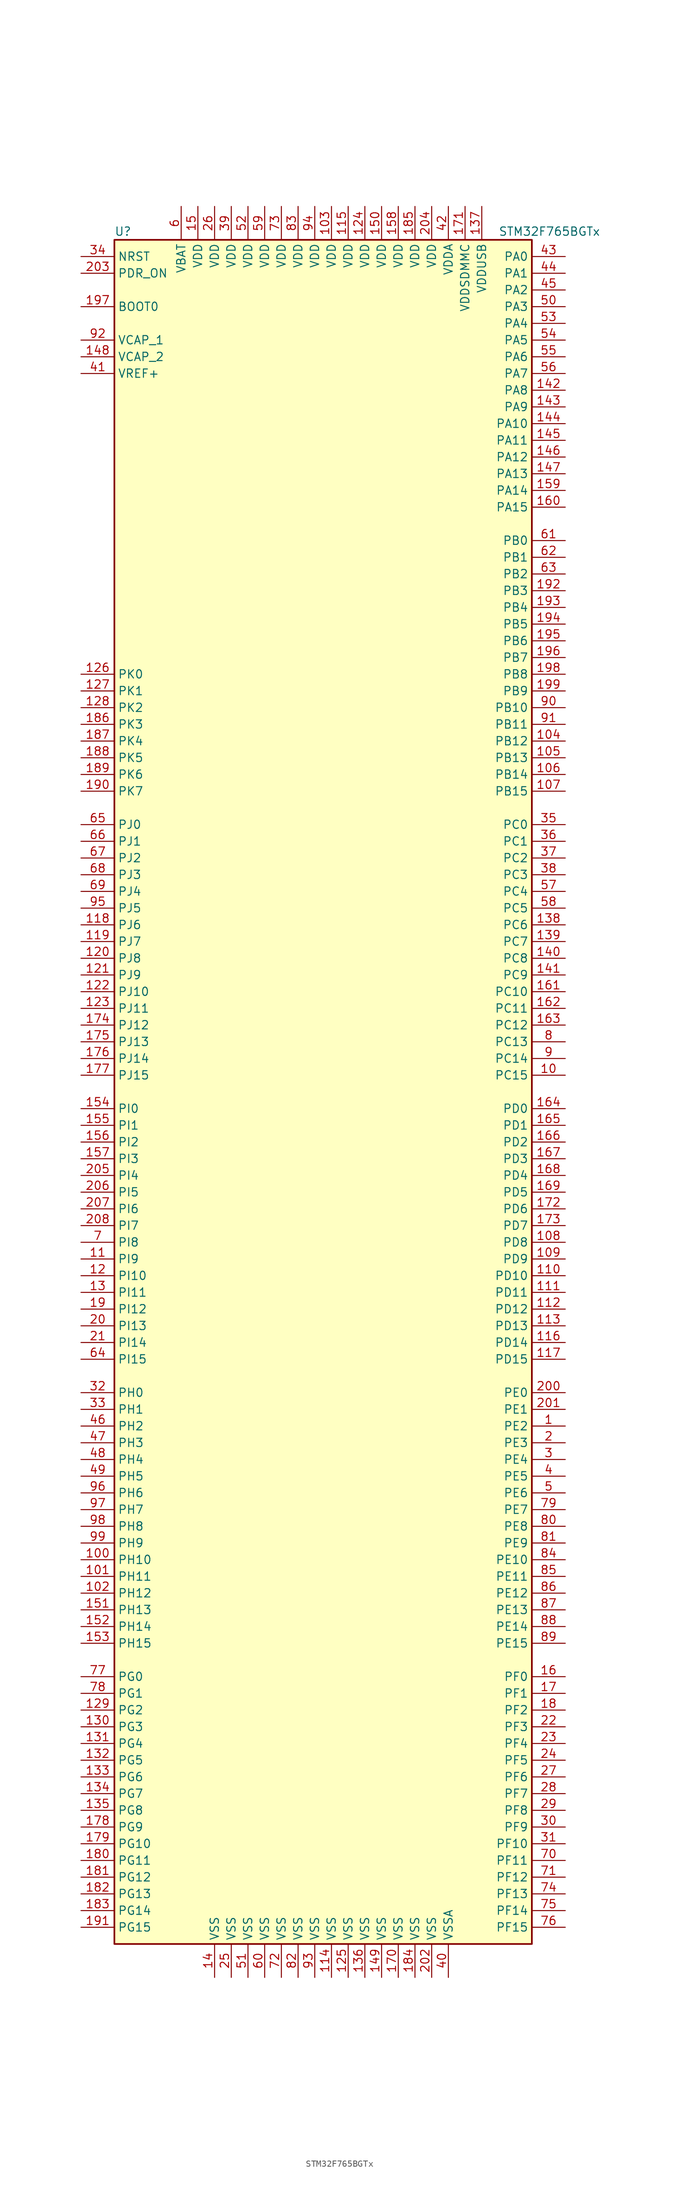
<source format=kicad_sym>
(kicad_symbol_lib
  (version 20201005)
  (generator kicad_symbol_editor)
  (symbol "MCU_ST_STM32F7:STM32F765BGTx"
    (property "Reference" "U"
      (at -33.02 130.81 0)
      (effects (font (size 1.27 1.27)) (justify left)))
    (property "Value" "STM32F765BGTx"
      (at 25.4 130.81 0)
      (effects (font (size 1.27 1.27)) (justify left)))
    (symbol "STM32F765BGTx_0_1"
      (rectangle (start -33.02 -129.54) (end 30.48 129.54) (stroke (width 0.254)) (fill (type background))))
    (symbol "STM32F765BGTx_1_1"
      (pin input line (at -38.1 119.38 0) (length 5.08) (name "BOOT0" (effects (font (size 1.27 1.27)))) (number "197" (effects (font (size 1.27 1.27)))))
      (pin input line (at -38.1 127 0) (length 5.08) (name "NRST" (effects (font (size 1.27 1.27)))) (number "34" (effects (font (size 1.27 1.27)))))
      (pin bidirectional line (at 35.56 127 180) (length 5.08) (name "PA0" (effects (font (size 1.27 1.27)))) (number "43" (effects (font (size 1.27 1.27)))))
      (pin bidirectional line (at 35.56 124.46 180) (length 5.08) (name "PA1" (effects (font (size 1.27 1.27)))) (number "44" (effects (font (size 1.27 1.27)))))
      (pin bidirectional line (at 35.56 101.6 180) (length 5.08) (name "PA10" (effects (font (size 1.27 1.27)))) (number "144" (effects (font (size 1.27 1.27)))))
      (pin bidirectional line (at 35.56 99.06 180) (length 5.08) (name "PA11" (effects (font (size 1.27 1.27)))) (number "145" (effects (font (size 1.27 1.27)))))
      (pin bidirectional line (at 35.56 96.52 180) (length 5.08) (name "PA12" (effects (font (size 1.27 1.27)))) (number "146" (effects (font (size 1.27 1.27)))))
      (pin bidirectional line (at 35.56 93.98 180) (length 5.08) (name "PA13" (effects (font (size 1.27 1.27)))) (number "147" (effects (font (size 1.27 1.27)))))
      (pin bidirectional line (at 35.56 91.44 180) (length 5.08) (name "PA14" (effects (font (size 1.27 1.27)))) (number "159" (effects (font (size 1.27 1.27)))))
      (pin bidirectional line (at 35.56 88.9 180) (length 5.08) (name "PA15" (effects (font (size 1.27 1.27)))) (number "160" (effects (font (size 1.27 1.27)))))
      (pin bidirectional line (at 35.56 121.92 180) (length 5.08) (name "PA2" (effects (font (size 1.27 1.27)))) (number "45" (effects (font (size 1.27 1.27)))))
      (pin bidirectional line (at 35.56 119.38 180) (length 5.08) (name "PA3" (effects (font (size 1.27 1.27)))) (number "50" (effects (font (size 1.27 1.27)))))
      (pin bidirectional line (at 35.56 116.84 180) (length 5.08) (name "PA4" (effects (font (size 1.27 1.27)))) (number "53" (effects (font (size 1.27 1.27)))))
      (pin bidirectional line (at 35.56 114.3 180) (length 5.08) (name "PA5" (effects (font (size 1.27 1.27)))) (number "54" (effects (font (size 1.27 1.27)))))
      (pin bidirectional line (at 35.56 111.76 180) (length 5.08) (name "PA6" (effects (font (size 1.27 1.27)))) (number "55" (effects (font (size 1.27 1.27)))))
      (pin bidirectional line (at 35.56 109.22 180) (length 5.08) (name "PA7" (effects (font (size 1.27 1.27)))) (number "56" (effects (font (size 1.27 1.27)))))
      (pin bidirectional line (at 35.56 106.68 180) (length 5.08) (name "PA8" (effects (font (size 1.27 1.27)))) (number "142" (effects (font (size 1.27 1.27)))))
      (pin bidirectional line (at 35.56 104.14 180) (length 5.08) (name "PA9" (effects (font (size 1.27 1.27)))) (number "143" (effects (font (size 1.27 1.27)))))
      (pin bidirectional line (at 35.56 83.82 180) (length 5.08) (name "PB0" (effects (font (size 1.27 1.27)))) (number "61" (effects (font (size 1.27 1.27)))))
      (pin bidirectional line (at 35.56 81.28 180) (length 5.08) (name "PB1" (effects (font (size 1.27 1.27)))) (number "62" (effects (font (size 1.27 1.27)))))
      (pin bidirectional line (at 35.56 58.42 180) (length 5.08) (name "PB10" (effects (font (size 1.27 1.27)))) (number "90" (effects (font (size 1.27 1.27)))))
      (pin bidirectional line (at 35.56 55.88 180) (length 5.08) (name "PB11" (effects (font (size 1.27 1.27)))) (number "91" (effects (font (size 1.27 1.27)))))
      (pin bidirectional line (at 35.56 53.34 180) (length 5.08) (name "PB12" (effects (font (size 1.27 1.27)))) (number "104" (effects (font (size 1.27 1.27)))))
      (pin bidirectional line (at 35.56 50.8 180) (length 5.08) (name "PB13" (effects (font (size 1.27 1.27)))) (number "105" (effects (font (size 1.27 1.27)))))
      (pin bidirectional line (at 35.56 48.26 180) (length 5.08) (name "PB14" (effects (font (size 1.27 1.27)))) (number "106" (effects (font (size 1.27 1.27)))))
      (pin bidirectional line (at 35.56 45.72 180) (length 5.08) (name "PB15" (effects (font (size 1.27 1.27)))) (number "107" (effects (font (size 1.27 1.27)))))
      (pin bidirectional line (at 35.56 78.74 180) (length 5.08) (name "PB2" (effects (font (size 1.27 1.27)))) (number "63" (effects (font (size 1.27 1.27)))))
      (pin bidirectional line (at 35.56 76.2 180) (length 5.08) (name "PB3" (effects (font (size 1.27 1.27)))) (number "192" (effects (font (size 1.27 1.27)))))
      (pin bidirectional line (at 35.56 73.66 180) (length 5.08) (name "PB4" (effects (font (size 1.27 1.27)))) (number "193" (effects (font (size 1.27 1.27)))))
      (pin bidirectional line (at 35.56 71.12 180) (length 5.08) (name "PB5" (effects (font (size 1.27 1.27)))) (number "194" (effects (font (size 1.27 1.27)))))
      (pin bidirectional line (at 35.56 68.58 180) (length 5.08) (name "PB6" (effects (font (size 1.27 1.27)))) (number "195" (effects (font (size 1.27 1.27)))))
      (pin bidirectional line (at 35.56 66.04 180) (length 5.08) (name "PB7" (effects (font (size 1.27 1.27)))) (number "196" (effects (font (size 1.27 1.27)))))
      (pin bidirectional line (at 35.56 63.5 180) (length 5.08) (name "PB8" (effects (font (size 1.27 1.27)))) (number "198" (effects (font (size 1.27 1.27)))))
      (pin bidirectional line (at 35.56 60.96 180) (length 5.08) (name "PB9" (effects (font (size 1.27 1.27)))) (number "199" (effects (font (size 1.27 1.27)))))
      (pin bidirectional line (at 35.56 40.64 180) (length 5.08) (name "PC0" (effects (font (size 1.27 1.27)))) (number "35" (effects (font (size 1.27 1.27)))))
      (pin bidirectional line (at 35.56 38.1 180) (length 5.08) (name "PC1" (effects (font (size 1.27 1.27)))) (number "36" (effects (font (size 1.27 1.27)))))
      (pin bidirectional line (at 35.56 15.24 180) (length 5.08) (name "PC10" (effects (font (size 1.27 1.27)))) (number "161" (effects (font (size 1.27 1.27)))))
      (pin bidirectional line (at 35.56 12.7 180) (length 5.08) (name "PC11" (effects (font (size 1.27 1.27)))) (number "162" (effects (font (size 1.27 1.27)))))
      (pin bidirectional line (at 35.56 10.16 180) (length 5.08) (name "PC12" (effects (font (size 1.27 1.27)))) (number "163" (effects (font (size 1.27 1.27)))))
      (pin bidirectional line (at 35.56 7.62 180) (length 5.08) (name "PC13" (effects (font (size 1.27 1.27)))) (number "8" (effects (font (size 1.27 1.27)))))
      (pin bidirectional line (at 35.56 5.08 180) (length 5.08) (name "PC14" (effects (font (size 1.27 1.27)))) (number "9" (effects (font (size 1.27 1.27)))))
      (pin bidirectional line (at 35.56 2.54 180) (length 5.08) (name "PC15" (effects (font (size 1.27 1.27)))) (number "10" (effects (font (size 1.27 1.27)))))
      (pin bidirectional line (at 35.56 35.56 180) (length 5.08) (name "PC2" (effects (font (size 1.27 1.27)))) (number "37" (effects (font (size 1.27 1.27)))))
      (pin bidirectional line (at 35.56 33.02 180) (length 5.08) (name "PC3" (effects (font (size 1.27 1.27)))) (number "38" (effects (font (size 1.27 1.27)))))
      (pin bidirectional line (at 35.56 30.48 180) (length 5.08) (name "PC4" (effects (font (size 1.27 1.27)))) (number "57" (effects (font (size 1.27 1.27)))))
      (pin bidirectional line (at 35.56 27.94 180) (length 5.08) (name "PC5" (effects (font (size 1.27 1.27)))) (number "58" (effects (font (size 1.27 1.27)))))
      (pin bidirectional line (at 35.56 25.4 180) (length 5.08) (name "PC6" (effects (font (size 1.27 1.27)))) (number "138" (effects (font (size 1.27 1.27)))))
      (pin bidirectional line (at 35.56 22.86 180) (length 5.08) (name "PC7" (effects (font (size 1.27 1.27)))) (number "139" (effects (font (size 1.27 1.27)))))
      (pin bidirectional line (at 35.56 20.32 180) (length 5.08) (name "PC8" (effects (font (size 1.27 1.27)))) (number "140" (effects (font (size 1.27 1.27)))))
      (pin bidirectional line (at 35.56 17.78 180) (length 5.08) (name "PC9" (effects (font (size 1.27 1.27)))) (number "141" (effects (font (size 1.27 1.27)))))
      (pin bidirectional line (at 35.56 -2.54 180) (length 5.08) (name "PD0" (effects (font (size 1.27 1.27)))) (number "164" (effects (font (size 1.27 1.27)))))
      (pin bidirectional line (at 35.56 -5.08 180) (length 5.08) (name "PD1" (effects (font (size 1.27 1.27)))) (number "165" (effects (font (size 1.27 1.27)))))
      (pin bidirectional line (at 35.56 -27.94 180) (length 5.08) (name "PD10" (effects (font (size 1.27 1.27)))) (number "110" (effects (font (size 1.27 1.27)))))
      (pin bidirectional line (at 35.56 -30.48 180) (length 5.08) (name "PD11" (effects (font (size 1.27 1.27)))) (number "111" (effects (font (size 1.27 1.27)))))
      (pin bidirectional line (at 35.56 -33.02 180) (length 5.08) (name "PD12" (effects (font (size 1.27 1.27)))) (number "112" (effects (font (size 1.27 1.27)))))
      (pin bidirectional line (at 35.56 -35.56 180) (length 5.08) (name "PD13" (effects (font (size 1.27 1.27)))) (number "113" (effects (font (size 1.27 1.27)))))
      (pin bidirectional line (at 35.56 -38.1 180) (length 5.08) (name "PD14" (effects (font (size 1.27 1.27)))) (number "116" (effects (font (size 1.27 1.27)))))
      (pin bidirectional line (at 35.56 -40.64 180) (length 5.08) (name "PD15" (effects (font (size 1.27 1.27)))) (number "117" (effects (font (size 1.27 1.27)))))
      (pin bidirectional line (at 35.56 -7.62 180) (length 5.08) (name "PD2" (effects (font (size 1.27 1.27)))) (number "166" (effects (font (size 1.27 1.27)))))
      (pin bidirectional line (at 35.56 -10.16 180) (length 5.08) (name "PD3" (effects (font (size 1.27 1.27)))) (number "167" (effects (font (size 1.27 1.27)))))
      (pin bidirectional line (at 35.56 -12.7 180) (length 5.08) (name "PD4" (effects (font (size 1.27 1.27)))) (number "168" (effects (font (size 1.27 1.27)))))
      (pin bidirectional line (at 35.56 -15.24 180) (length 5.08) (name "PD5" (effects (font (size 1.27 1.27)))) (number "169" (effects (font (size 1.27 1.27)))))
      (pin bidirectional line (at 35.56 -17.78 180) (length 5.08) (name "PD6" (effects (font (size 1.27 1.27)))) (number "172" (effects (font (size 1.27 1.27)))))
      (pin bidirectional line (at 35.56 -20.32 180) (length 5.08) (name "PD7" (effects (font (size 1.27 1.27)))) (number "173" (effects (font (size 1.27 1.27)))))
      (pin bidirectional line (at 35.56 -22.86 180) (length 5.08) (name "PD8" (effects (font (size 1.27 1.27)))) (number "108" (effects (font (size 1.27 1.27)))))
      (pin bidirectional line (at 35.56 -25.4 180) (length 5.08) (name "PD9" (effects (font (size 1.27 1.27)))) (number "109" (effects (font (size 1.27 1.27)))))
      (pin input line (at -38.1 124.46 0) (length 5.08) (name "PDR_ON" (effects (font (size 1.27 1.27)))) (number "203" (effects (font (size 1.27 1.27)))))
      (pin bidirectional line (at 35.56 -45.72 180) (length 5.08) (name "PE0" (effects (font (size 1.27 1.27)))) (number "200" (effects (font (size 1.27 1.27)))))
      (pin bidirectional line (at 35.56 -48.26 180) (length 5.08) (name "PE1" (effects (font (size 1.27 1.27)))) (number "201" (effects (font (size 1.27 1.27)))))
      (pin bidirectional line (at 35.56 -71.12 180) (length 5.08) (name "PE10" (effects (font (size 1.27 1.27)))) (number "84" (effects (font (size 1.27 1.27)))))
      (pin bidirectional line (at 35.56 -73.66 180) (length 5.08) (name "PE11" (effects (font (size 1.27 1.27)))) (number "85" (effects (font (size 1.27 1.27)))))
      (pin bidirectional line (at 35.56 -76.2 180) (length 5.08) (name "PE12" (effects (font (size 1.27 1.27)))) (number "86" (effects (font (size 1.27 1.27)))))
      (pin bidirectional line (at 35.56 -78.74 180) (length 5.08) (name "PE13" (effects (font (size 1.27 1.27)))) (number "87" (effects (font (size 1.27 1.27)))))
      (pin bidirectional line (at 35.56 -81.28 180) (length 5.08) (name "PE14" (effects (font (size 1.27 1.27)))) (number "88" (effects (font (size 1.27 1.27)))))
      (pin bidirectional line (at 35.56 -83.82 180) (length 5.08) (name "PE15" (effects (font (size 1.27 1.27)))) (number "89" (effects (font (size 1.27 1.27)))))
      (pin bidirectional line (at 35.56 -50.8 180) (length 5.08) (name "PE2" (effects (font (size 1.27 1.27)))) (number "1" (effects (font (size 1.27 1.27)))))
      (pin bidirectional line (at 35.56 -53.34 180) (length 5.08) (name "PE3" (effects (font (size 1.27 1.27)))) (number "2" (effects (font (size 1.27 1.27)))))
      (pin bidirectional line (at 35.56 -55.88 180) (length 5.08) (name "PE4" (effects (font (size 1.27 1.27)))) (number "3" (effects (font (size 1.27 1.27)))))
      (pin bidirectional line (at 35.56 -58.42 180) (length 5.08) (name "PE5" (effects (font (size 1.27 1.27)))) (number "4" (effects (font (size 1.27 1.27)))))
      (pin bidirectional line (at 35.56 -60.96 180) (length 5.08) (name "PE6" (effects (font (size 1.27 1.27)))) (number "5" (effects (font (size 1.27 1.27)))))
      (pin bidirectional line (at 35.56 -63.5 180) (length 5.08) (name "PE7" (effects (font (size 1.27 1.27)))) (number "79" (effects (font (size 1.27 1.27)))))
      (pin bidirectional line (at 35.56 -66.04 180) (length 5.08) (name "PE8" (effects (font (size 1.27 1.27)))) (number "80" (effects (font (size 1.27 1.27)))))
      (pin bidirectional line (at 35.56 -68.58 180) (length 5.08) (name "PE9" (effects (font (size 1.27 1.27)))) (number "81" (effects (font (size 1.27 1.27)))))
      (pin bidirectional line (at 35.56 -88.9 180) (length 5.08) (name "PF0" (effects (font (size 1.27 1.27)))) (number "16" (effects (font (size 1.27 1.27)))))
      (pin bidirectional line (at 35.56 -91.44 180) (length 5.08) (name "PF1" (effects (font (size 1.27 1.27)))) (number "17" (effects (font (size 1.27 1.27)))))
      (pin bidirectional line (at 35.56 -114.3 180) (length 5.08) (name "PF10" (effects (font (size 1.27 1.27)))) (number "31" (effects (font (size 1.27 1.27)))))
      (pin bidirectional line (at 35.56 -116.84 180) (length 5.08) (name "PF11" (effects (font (size 1.27 1.27)))) (number "70" (effects (font (size 1.27 1.27)))))
      (pin bidirectional line (at 35.56 -119.38 180) (length 5.08) (name "PF12" (effects (font (size 1.27 1.27)))) (number "71" (effects (font (size 1.27 1.27)))))
      (pin bidirectional line (at 35.56 -121.92 180) (length 5.08) (name "PF13" (effects (font (size 1.27 1.27)))) (number "74" (effects (font (size 1.27 1.27)))))
      (pin bidirectional line (at 35.56 -124.46 180) (length 5.08) (name "PF14" (effects (font (size 1.27 1.27)))) (number "75" (effects (font (size 1.27 1.27)))))
      (pin bidirectional line (at 35.56 -127 180) (length 5.08) (name "PF15" (effects (font (size 1.27 1.27)))) (number "76" (effects (font (size 1.27 1.27)))))
      (pin bidirectional line (at 35.56 -93.98 180) (length 5.08) (name "PF2" (effects (font (size 1.27 1.27)))) (number "18" (effects (font (size 1.27 1.27)))))
      (pin bidirectional line (at 35.56 -96.52 180) (length 5.08) (name "PF3" (effects (font (size 1.27 1.27)))) (number "22" (effects (font (size 1.27 1.27)))))
      (pin bidirectional line (at 35.56 -99.06 180) (length 5.08) (name "PF4" (effects (font (size 1.27 1.27)))) (number "23" (effects (font (size 1.27 1.27)))))
      (pin bidirectional line (at 35.56 -101.6 180) (length 5.08) (name "PF5" (effects (font (size 1.27 1.27)))) (number "24" (effects (font (size 1.27 1.27)))))
      (pin bidirectional line (at 35.56 -104.14 180) (length 5.08) (name "PF6" (effects (font (size 1.27 1.27)))) (number "27" (effects (font (size 1.27 1.27)))))
      (pin bidirectional line (at 35.56 -106.68 180) (length 5.08) (name "PF7" (effects (font (size 1.27 1.27)))) (number "28" (effects (font (size 1.27 1.27)))))
      (pin bidirectional line (at 35.56 -109.22 180) (length 5.08) (name "PF8" (effects (font (size 1.27 1.27)))) (number "29" (effects (font (size 1.27 1.27)))))
      (pin bidirectional line (at 35.56 -111.76 180) (length 5.08) (name "PF9" (effects (font (size 1.27 1.27)))) (number "30" (effects (font (size 1.27 1.27)))))
      (pin bidirectional line (at -38.1 -88.9 0) (length 5.08) (name "PG0" (effects (font (size 1.27 1.27)))) (number "77" (effects (font (size 1.27 1.27)))))
      (pin bidirectional line (at -38.1 -91.44 0) (length 5.08) (name "PG1" (effects (font (size 1.27 1.27)))) (number "78" (effects (font (size 1.27 1.27)))))
      (pin bidirectional line (at -38.1 -114.3 0) (length 5.08) (name "PG10" (effects (font (size 1.27 1.27)))) (number "179" (effects (font (size 1.27 1.27)))))
      (pin bidirectional line (at -38.1 -116.84 0) (length 5.08) (name "PG11" (effects (font (size 1.27 1.27)))) (number "180" (effects (font (size 1.27 1.27)))))
      (pin bidirectional line (at -38.1 -119.38 0) (length 5.08) (name "PG12" (effects (font (size 1.27 1.27)))) (number "181" (effects (font (size 1.27 1.27)))))
      (pin bidirectional line (at -38.1 -121.92 0) (length 5.08) (name "PG13" (effects (font (size 1.27 1.27)))) (number "182" (effects (font (size 1.27 1.27)))))
      (pin bidirectional line (at -38.1 -124.46 0) (length 5.08) (name "PG14" (effects (font (size 1.27 1.27)))) (number "183" (effects (font (size 1.27 1.27)))))
      (pin bidirectional line (at -38.1 -127 0) (length 5.08) (name "PG15" (effects (font (size 1.27 1.27)))) (number "191" (effects (font (size 1.27 1.27)))))
      (pin bidirectional line (at -38.1 -93.98 0) (length 5.08) (name "PG2" (effects (font (size 1.27 1.27)))) (number "129" (effects (font (size 1.27 1.27)))))
      (pin bidirectional line (at -38.1 -96.52 0) (length 5.08) (name "PG3" (effects (font (size 1.27 1.27)))) (number "130" (effects (font (size 1.27 1.27)))))
      (pin bidirectional line (at -38.1 -99.06 0) (length 5.08) (name "PG4" (effects (font (size 1.27 1.27)))) (number "131" (effects (font (size 1.27 1.27)))))
      (pin bidirectional line (at -38.1 -101.6 0) (length 5.08) (name "PG5" (effects (font (size 1.27 1.27)))) (number "132" (effects (font (size 1.27 1.27)))))
      (pin bidirectional line (at -38.1 -104.14 0) (length 5.08) (name "PG6" (effects (font (size 1.27 1.27)))) (number "133" (effects (font (size 1.27 1.27)))))
      (pin bidirectional line (at -38.1 -106.68 0) (length 5.08) (name "PG7" (effects (font (size 1.27 1.27)))) (number "134" (effects (font (size 1.27 1.27)))))
      (pin bidirectional line (at -38.1 -109.22 0) (length 5.08) (name "PG8" (effects (font (size 1.27 1.27)))) (number "135" (effects (font (size 1.27 1.27)))))
      (pin bidirectional line (at -38.1 -111.76 0) (length 5.08) (name "PG9" (effects (font (size 1.27 1.27)))) (number "178" (effects (font (size 1.27 1.27)))))
      (pin input line (at -38.1 -45.72 0) (length 5.08) (name "PH0" (effects (font (size 1.27 1.27)))) (number "32" (effects (font (size 1.27 1.27)))))
      (pin input line (at -38.1 -48.26 0) (length 5.08) (name "PH1" (effects (font (size 1.27 1.27)))) (number "33" (effects (font (size 1.27 1.27)))))
      (pin bidirectional line (at -38.1 -71.12 0) (length 5.08) (name "PH10" (effects (font (size 1.27 1.27)))) (number "100" (effects (font (size 1.27 1.27)))))
      (pin bidirectional line (at -38.1 -73.66 0) (length 5.08) (name "PH11" (effects (font (size 1.27 1.27)))) (number "101" (effects (font (size 1.27 1.27)))))
      (pin bidirectional line (at -38.1 -76.2 0) (length 5.08) (name "PH12" (effects (font (size 1.27 1.27)))) (number "102" (effects (font (size 1.27 1.27)))))
      (pin bidirectional line (at -38.1 -78.74 0) (length 5.08) (name "PH13" (effects (font (size 1.27 1.27)))) (number "151" (effects (font (size 1.27 1.27)))))
      (pin bidirectional line (at -38.1 -81.28 0) (length 5.08) (name "PH14" (effects (font (size 1.27 1.27)))) (number "152" (effects (font (size 1.27 1.27)))))
      (pin bidirectional line (at -38.1 -83.82 0) (length 5.08) (name "PH15" (effects (font (size 1.27 1.27)))) (number "153" (effects (font (size 1.27 1.27)))))
      (pin bidirectional line (at -38.1 -50.8 0) (length 5.08) (name "PH2" (effects (font (size 1.27 1.27)))) (number "46" (effects (font (size 1.27 1.27)))))
      (pin bidirectional line (at -38.1 -53.34 0) (length 5.08) (name "PH3" (effects (font (size 1.27 1.27)))) (number "47" (effects (font (size 1.27 1.27)))))
      (pin bidirectional line (at -38.1 -55.88 0) (length 5.08) (name "PH4" (effects (font (size 1.27 1.27)))) (number "48" (effects (font (size 1.27 1.27)))))
      (pin bidirectional line (at -38.1 -58.42 0) (length 5.08) (name "PH5" (effects (font (size 1.27 1.27)))) (number "49" (effects (font (size 1.27 1.27)))))
      (pin bidirectional line (at -38.1 -60.96 0) (length 5.08) (name "PH6" (effects (font (size 1.27 1.27)))) (number "96" (effects (font (size 1.27 1.27)))))
      (pin bidirectional line (at -38.1 -63.5 0) (length 5.08) (name "PH7" (effects (font (size 1.27 1.27)))) (number "97" (effects (font (size 1.27 1.27)))))
      (pin bidirectional line (at -38.1 -66.04 0) (length 5.08) (name "PH8" (effects (font (size 1.27 1.27)))) (number "98" (effects (font (size 1.27 1.27)))))
      (pin bidirectional line (at -38.1 -68.58 0) (length 5.08) (name "PH9" (effects (font (size 1.27 1.27)))) (number "99" (effects (font (size 1.27 1.27)))))
      (pin bidirectional line (at -38.1 -2.54 0) (length 5.08) (name "PI0" (effects (font (size 1.27 1.27)))) (number "154" (effects (font (size 1.27 1.27)))))
      (pin bidirectional line (at -38.1 -5.08 0) (length 5.08) (name "PI1" (effects (font (size 1.27 1.27)))) (number "155" (effects (font (size 1.27 1.27)))))
      (pin bidirectional line (at -38.1 -27.94 0) (length 5.08) (name "PI10" (effects (font (size 1.27 1.27)))) (number "12" (effects (font (size 1.27 1.27)))))
      (pin bidirectional line (at -38.1 -30.48 0) (length 5.08) (name "PI11" (effects (font (size 1.27 1.27)))) (number "13" (effects (font (size 1.27 1.27)))))
      (pin bidirectional line (at -38.1 -33.02 0) (length 5.08) (name "PI12" (effects (font (size 1.27 1.27)))) (number "19" (effects (font (size 1.27 1.27)))))
      (pin bidirectional line (at -38.1 -35.56 0) (length 5.08) (name "PI13" (effects (font (size 1.27 1.27)))) (number "20" (effects (font (size 1.27 1.27)))))
      (pin bidirectional line (at -38.1 -38.1 0) (length 5.08) (name "PI14" (effects (font (size 1.27 1.27)))) (number "21" (effects (font (size 1.27 1.27)))))
      (pin bidirectional line (at -38.1 -40.64 0) (length 5.08) (name "PI15" (effects (font (size 1.27 1.27)))) (number "64" (effects (font (size 1.27 1.27)))))
      (pin bidirectional line (at -38.1 -7.62 0) (length 5.08) (name "PI2" (effects (font (size 1.27 1.27)))) (number "156" (effects (font (size 1.27 1.27)))))
      (pin bidirectional line (at -38.1 -10.16 0) (length 5.08) (name "PI3" (effects (font (size 1.27 1.27)))) (number "157" (effects (font (size 1.27 1.27)))))
      (pin bidirectional line (at -38.1 -12.7 0) (length 5.08) (name "PI4" (effects (font (size 1.27 1.27)))) (number "205" (effects (font (size 1.27 1.27)))))
      (pin bidirectional line (at -38.1 -15.24 0) (length 5.08) (name "PI5" (effects (font (size 1.27 1.27)))) (number "206" (effects (font (size 1.27 1.27)))))
      (pin bidirectional line (at -38.1 -17.78 0) (length 5.08) (name "PI6" (effects (font (size 1.27 1.27)))) (number "207" (effects (font (size 1.27 1.27)))))
      (pin bidirectional line (at -38.1 -20.32 0) (length 5.08) (name "PI7" (effects (font (size 1.27 1.27)))) (number "208" (effects (font (size 1.27 1.27)))))
      (pin bidirectional line (at -38.1 -22.86 0) (length 5.08) (name "PI8" (effects (font (size 1.27 1.27)))) (number "7" (effects (font (size 1.27 1.27)))))
      (pin bidirectional line (at -38.1 -25.4 0) (length 5.08) (name "PI9" (effects (font (size 1.27 1.27)))) (number "11" (effects (font (size 1.27 1.27)))))
      (pin bidirectional line (at -38.1 40.64 0) (length 5.08) (name "PJ0" (effects (font (size 1.27 1.27)))) (number "65" (effects (font (size 1.27 1.27)))))
      (pin bidirectional line (at -38.1 38.1 0) (length 5.08) (name "PJ1" (effects (font (size 1.27 1.27)))) (number "66" (effects (font (size 1.27 1.27)))))
      (pin bidirectional line (at -38.1 15.24 0) (length 5.08) (name "PJ10" (effects (font (size 1.27 1.27)))) (number "122" (effects (font (size 1.27 1.27)))))
      (pin bidirectional line (at -38.1 12.7 0) (length 5.08) (name "PJ11" (effects (font (size 1.27 1.27)))) (number "123" (effects (font (size 1.27 1.27)))))
      (pin bidirectional line (at -38.1 10.16 0) (length 5.08) (name "PJ12" (effects (font (size 1.27 1.27)))) (number "174" (effects (font (size 1.27 1.27)))))
      (pin bidirectional line (at -38.1 7.62 0) (length 5.08) (name "PJ13" (effects (font (size 1.27 1.27)))) (number "175" (effects (font (size 1.27 1.27)))))
      (pin bidirectional line (at -38.1 5.08 0) (length 5.08) (name "PJ14" (effects (font (size 1.27 1.27)))) (number "176" (effects (font (size 1.27 1.27)))))
      (pin bidirectional line (at -38.1 2.54 0) (length 5.08) (name "PJ15" (effects (font (size 1.27 1.27)))) (number "177" (effects (font (size 1.27 1.27)))))
      (pin bidirectional line (at -38.1 35.56 0) (length 5.08) (name "PJ2" (effects (font (size 1.27 1.27)))) (number "67" (effects (font (size 1.27 1.27)))))
      (pin bidirectional line (at -38.1 33.02 0) (length 5.08) (name "PJ3" (effects (font (size 1.27 1.27)))) (number "68" (effects (font (size 1.27 1.27)))))
      (pin bidirectional line (at -38.1 30.48 0) (length 5.08) (name "PJ4" (effects (font (size 1.27 1.27)))) (number "69" (effects (font (size 1.27 1.27)))))
      (pin bidirectional line (at -38.1 27.94 0) (length 5.08) (name "PJ5" (effects (font (size 1.27 1.27)))) (number "95" (effects (font (size 1.27 1.27)))))
      (pin bidirectional line (at -38.1 25.4 0) (length 5.08) (name "PJ6" (effects (font (size 1.27 1.27)))) (number "118" (effects (font (size 1.27 1.27)))))
      (pin bidirectional line (at -38.1 22.86 0) (length 5.08) (name "PJ7" (effects (font (size 1.27 1.27)))) (number "119" (effects (font (size 1.27 1.27)))))
      (pin bidirectional line (at -38.1 20.32 0) (length 5.08) (name "PJ8" (effects (font (size 1.27 1.27)))) (number "120" (effects (font (size 1.27 1.27)))))
      (pin bidirectional line (at -38.1 17.78 0) (length 5.08) (name "PJ9" (effects (font (size 1.27 1.27)))) (number "121" (effects (font (size 1.27 1.27)))))
      (pin bidirectional line (at -38.1 63.5 0) (length 5.08) (name "PK0" (effects (font (size 1.27 1.27)))) (number "126" (effects (font (size 1.27 1.27)))))
      (pin bidirectional line (at -38.1 60.96 0) (length 5.08) (name "PK1" (effects (font (size 1.27 1.27)))) (number "127" (effects (font (size 1.27 1.27)))))
      (pin bidirectional line (at -38.1 58.42 0) (length 5.08) (name "PK2" (effects (font (size 1.27 1.27)))) (number "128" (effects (font (size 1.27 1.27)))))
      (pin bidirectional line (at -38.1 55.88 0) (length 5.08) (name "PK3" (effects (font (size 1.27 1.27)))) (number "186" (effects (font (size 1.27 1.27)))))
      (pin bidirectional line (at -38.1 53.34 0) (length 5.08) (name "PK4" (effects (font (size 1.27 1.27)))) (number "187" (effects (font (size 1.27 1.27)))))
      (pin bidirectional line (at -38.1 50.8 0) (length 5.08) (name "PK5" (effects (font (size 1.27 1.27)))) (number "188" (effects (font (size 1.27 1.27)))))
      (pin bidirectional line (at -38.1 48.26 0) (length 5.08) (name "PK6" (effects (font (size 1.27 1.27)))) (number "189" (effects (font (size 1.27 1.27)))))
      (pin bidirectional line (at -38.1 45.72 0) (length 5.08) (name "PK7" (effects (font (size 1.27 1.27)))) (number "190" (effects (font (size 1.27 1.27)))))
      (pin power_in line (at -22.86 134.62 270) (length 5.08) (name "VBAT" (effects (font (size 1.27 1.27)))) (number "6" (effects (font (size 1.27 1.27)))))
      (pin power_in line (at -38.1 114.3 0) (length 5.08) (name "VCAP_1" (effects (font (size 1.27 1.27)))) (number "92" (effects (font (size 1.27 1.27)))))
      (pin power_in line (at -38.1 111.76 0) (length 5.08) (name "VCAP_2" (effects (font (size 1.27 1.27)))) (number "148" (effects (font (size 1.27 1.27)))))
      (pin power_in line (at 0 134.62 270) (length 5.08) (name "VDD" (effects (font (size 1.27 1.27)))) (number "103" (effects (font (size 1.27 1.27)))))
      (pin power_in line (at 2.54 134.62 270) (length 5.08) (name "VDD" (effects (font (size 1.27 1.27)))) (number "115" (effects (font (size 1.27 1.27)))))
      (pin power_in line (at 5.08 134.62 270) (length 5.08) (name "VDD" (effects (font (size 1.27 1.27)))) (number "124" (effects (font (size 1.27 1.27)))))
      (pin power_in line (at -20.32 134.62 270) (length 5.08) (name "VDD" (effects (font (size 1.27 1.27)))) (number "15" (effects (font (size 1.27 1.27)))))
      (pin power_in line (at 7.62 134.62 270) (length 5.08) (name "VDD" (effects (font (size 1.27 1.27)))) (number "150" (effects (font (size 1.27 1.27)))))
      (pin power_in line (at 10.16 134.62 270) (length 5.08) (name "VDD" (effects (font (size 1.27 1.27)))) (number "158" (effects (font (size 1.27 1.27)))))
      (pin power_in line (at 12.7 134.62 270) (length 5.08) (name "VDD" (effects (font (size 1.27 1.27)))) (number "185" (effects (font (size 1.27 1.27)))))
      (pin power_in line (at 15.24 134.62 270) (length 5.08) (name "VDD" (effects (font (size 1.27 1.27)))) (number "204" (effects (font (size 1.27 1.27)))))
      (pin power_in line (at -17.78 134.62 270) (length 5.08) (name "VDD" (effects (font (size 1.27 1.27)))) (number "26" (effects (font (size 1.27 1.27)))))
      (pin power_in line (at -15.24 134.62 270) (length 5.08) (name "VDD" (effects (font (size 1.27 1.27)))) (number "39" (effects (font (size 1.27 1.27)))))
      (pin power_in line (at -12.7 134.62 270) (length 5.08) (name "VDD" (effects (font (size 1.27 1.27)))) (number "52" (effects (font (size 1.27 1.27)))))
      (pin power_in line (at -10.16 134.62 270) (length 5.08) (name "VDD" (effects (font (size 1.27 1.27)))) (number "59" (effects (font (size 1.27 1.27)))))
      (pin power_in line (at -7.62 134.62 270) (length 5.08) (name "VDD" (effects (font (size 1.27 1.27)))) (number "73" (effects (font (size 1.27 1.27)))))
      (pin power_in line (at -5.08 134.62 270) (length 5.08) (name "VDD" (effects (font (size 1.27 1.27)))) (number "83" (effects (font (size 1.27 1.27)))))
      (pin power_in line (at -2.54 134.62 270) (length 5.08) (name "VDD" (effects (font (size 1.27 1.27)))) (number "94" (effects (font (size 1.27 1.27)))))
      (pin power_in line (at 17.78 134.62 270) (length 5.08) (name "VDDA" (effects (font (size 1.27 1.27)))) (number "42" (effects (font (size 1.27 1.27)))))
      (pin power_in line (at 20.32 134.62 270) (length 5.08) (name "VDDSDMMC" (effects (font (size 1.27 1.27)))) (number "171" (effects (font (size 1.27 1.27)))))
      (pin power_in line (at 22.86 134.62 270) (length 5.08) (name "VDDUSB" (effects (font (size 1.27 1.27)))) (number "137" (effects (font (size 1.27 1.27)))))
      (pin power_in line (at -38.1 109.22 0) (length 5.08) (name "VREF+" (effects (font (size 1.27 1.27)))) (number "41" (effects (font (size 1.27 1.27)))))
      (pin power_in line (at 0 -134.62 90) (length 5.08) (name "VSS" (effects (font (size 1.27 1.27)))) (number "114" (effects (font (size 1.27 1.27)))))
      (pin power_in line (at 2.54 -134.62 90) (length 5.08) (name "VSS" (effects (font (size 1.27 1.27)))) (number "125" (effects (font (size 1.27 1.27)))))
      (pin power_in line (at 5.08 -134.62 90) (length 5.08) (name "VSS" (effects (font (size 1.27 1.27)))) (number "136" (effects (font (size 1.27 1.27)))))
      (pin power_in line (at -17.78 -134.62 90) (length 5.08) (name "VSS" (effects (font (size 1.27 1.27)))) (number "14" (effects (font (size 1.27 1.27)))))
      (pin power_in line (at 7.62 -134.62 90) (length 5.08) (name "VSS" (effects (font (size 1.27 1.27)))) (number "149" (effects (font (size 1.27 1.27)))))
      (pin power_in line (at 10.16 -134.62 90) (length 5.08) (name "VSS" (effects (font (size 1.27 1.27)))) (number "170" (effects (font (size 1.27 1.27)))))
      (pin power_in line (at 12.7 -134.62 90) (length 5.08) (name "VSS" (effects (font (size 1.27 1.27)))) (number "184" (effects (font (size 1.27 1.27)))))
      (pin power_in line (at 15.24 -134.62 90) (length 5.08) (name "VSS" (effects (font (size 1.27 1.27)))) (number "202" (effects (font (size 1.27 1.27)))))
      (pin power_in line (at -15.24 -134.62 90) (length 5.08) (name "VSS" (effects (font (size 1.27 1.27)))) (number "25" (effects (font (size 1.27 1.27)))))
      (pin power_in line (at -12.7 -134.62 90) (length 5.08) (name "VSS" (effects (font (size 1.27 1.27)))) (number "51" (effects (font (size 1.27 1.27)))))
      (pin power_in line (at -10.16 -134.62 90) (length 5.08) (name "VSS" (effects (font (size 1.27 1.27)))) (number "60" (effects (font (size 1.27 1.27)))))
      (pin power_in line (at -7.62 -134.62 90) (length 5.08) (name "VSS" (effects (font (size 1.27 1.27)))) (number "72" (effects (font (size 1.27 1.27)))))
      (pin power_in line (at -5.08 -134.62 90) (length 5.08) (name "VSS" (effects (font (size 1.27 1.27)))) (number "82" (effects (font (size 1.27 1.27)))))
      (pin power_in line (at -2.54 -134.62 90) (length 5.08) (name "VSS" (effects (font (size 1.27 1.27)))) (number "93" (effects (font (size 1.27 1.27)))))
      (pin power_in line (at 17.78 -134.62 90) (length 5.08) (name "VSSA" (effects (font (size 1.27 1.27)))) (number "40" (effects (font (size 1.27 1.27))))))))
</source>
